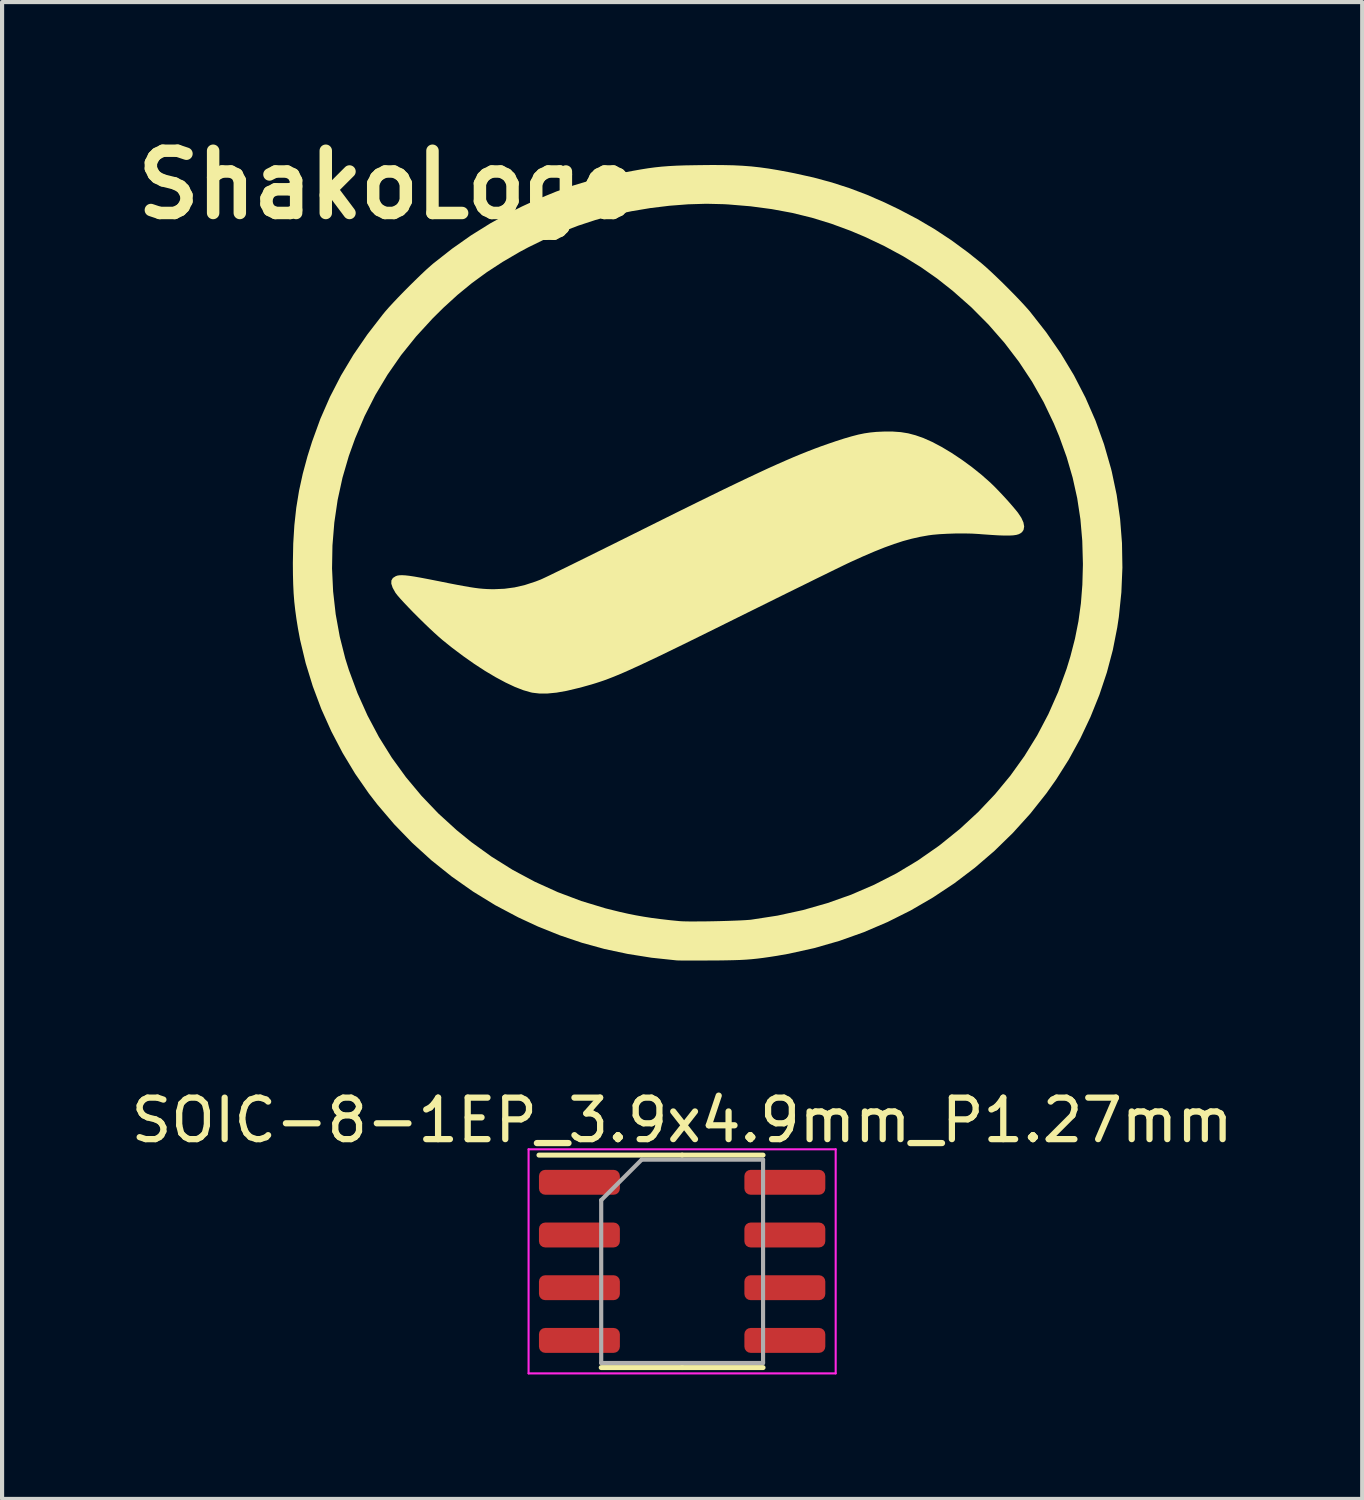
<source format=kicad_pcb>
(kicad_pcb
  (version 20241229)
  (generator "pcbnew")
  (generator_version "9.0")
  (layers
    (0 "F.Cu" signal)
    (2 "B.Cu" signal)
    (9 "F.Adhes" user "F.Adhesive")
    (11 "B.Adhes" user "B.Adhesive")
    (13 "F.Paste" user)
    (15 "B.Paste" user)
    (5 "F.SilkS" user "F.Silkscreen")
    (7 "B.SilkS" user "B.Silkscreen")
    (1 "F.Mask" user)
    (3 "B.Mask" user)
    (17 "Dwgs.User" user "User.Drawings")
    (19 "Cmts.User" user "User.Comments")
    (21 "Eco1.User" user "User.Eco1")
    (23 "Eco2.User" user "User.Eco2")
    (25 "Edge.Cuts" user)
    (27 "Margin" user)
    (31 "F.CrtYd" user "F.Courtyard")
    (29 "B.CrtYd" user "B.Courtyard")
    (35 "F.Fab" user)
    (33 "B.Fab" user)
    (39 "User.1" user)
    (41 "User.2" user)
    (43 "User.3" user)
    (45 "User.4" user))
  (footprint "ShakoLogo"
    (layer "F.Cu")
    (at 14 10.504)
    (property "Reference" "ShakoLogo" (at -7.7 -9.1 0) (layer "F.SilkS") (effects (font (size 1.5 1.5) (thickness 0.3))))
    (attr board_only exclude_from_pos_files exclude_from_bom)
    (fp_poly (pts (xy 4.658 -3.141) (xy 4.836 -3.112) (xy 5.013 -3.065) (xy 5.201 -2.999) (xy 5.203 -2.998) (xy 5.414 -2.904) (xy 5.643 -2.783) (xy 5.883 -2.639) (xy 6.127 -2.476) (xy 6.368 -2.3) (xy 6.6 -2.114) (xy 6.816 -1.923) (xy 6.825 -1.914) (xy 6.92 -1.822) (xy 7.029 -1.709) (xy 7.145 -1.586) (xy 7.259 -1.46) (xy 7.363 -1.34) (xy 7.45 -1.236) (xy 7.48 -1.198) (xy 7.561 -1.076) (xy 7.611 -0.965) (xy 7.629 -0.867) (xy 7.614 -0.785) (xy 7.58 -0.735) (xy 7.544 -0.706) (xy 7.499 -0.682) (xy 7.441 -0.665) (xy 7.366 -0.654) (xy 7.271 -0.649) (xy 7.151 -0.649) (xy 7.004 -0.654) (xy 6.826 -0.665) (xy 6.612 -0.68) (xy 6.541 -0.686) (xy 6.371 -0.696) (xy 6.18 -0.7) (xy 5.978 -0.699) (xy 5.777 -0.692) (xy 5.587 -0.682) (xy 5.42 -0.667) (xy 5.324 -0.654) (xy 5.12 -0.618) (xy 4.917 -0.572) (xy 4.71 -0.516) (xy 4.494 -0.446) (xy 4.263 -0.362) (xy 4.013 -0.262) (xy 3.739 -0.144) (xy 3.436 -0.007) (xy 3.422 0.000157) (xy 3.362 0.028) (xy 3.269 0.073) (xy 3.145 0.133) (xy 2.994 0.207) (xy 2.817 0.294) (xy 2.618 0.391) (xy 2.4 0.499) (xy 2.164 0.615) (xy 1.914 0.738) (xy 1.653 0.867) (xy 1.383 1.001) (xy 1.108 1.137) (xy 1.047 1.167) (xy 0.639 1.369) (xy 0.266 1.554) (xy -0.076 1.723) (xy -0.387 1.876) (xy -0.67 2.015) (xy -0.927 2.14) (xy -1.16 2.253) (xy -1.371 2.353) (xy -1.562 2.443) (xy -1.735 2.523) (xy -1.891 2.594) (xy -2.033 2.657) (xy -2.163 2.712) (xy -2.283 2.761) (xy -2.394 2.804) (xy -2.499 2.843) (xy -2.6 2.877) (xy -2.699 2.909) (xy -2.797 2.939) (xy -2.897 2.967) (xy -3.001 2.996) (xy -3.11 3.025) (xy -3.123 3.028) (xy -3.396 3.093) (xy -3.639 3.136) (xy -3.855 3.157) (xy -4.047 3.158) (xy -4.22 3.138) (xy -4.257 3.13) (xy -4.438 3.078) (xy -4.642 2.999) (xy -4.867 2.893) (xy -5.107 2.764) (xy -5.36 2.614) (xy -5.621 2.444) (xy -5.888 2.256) (xy -6.157 2.054) (xy -6.38 1.875) (xy -6.475 1.793) (xy -6.585 1.694) (xy -6.706 1.581) (xy -6.833 1.459) (xy -6.961 1.333) (xy -7.087 1.207) (xy -7.205 1.085) (xy -7.312 0.972) (xy -7.403 0.873) (xy -7.474 0.791) (xy -7.52 0.731) (xy -7.524 0.725) (xy -7.589 0.608) (xy -7.621 0.511) (xy -7.619 0.433) (xy -7.583 0.373) (xy -7.513 0.329) (xy -7.512 0.329) (xy -7.472 0.315) (xy -7.423 0.308) (xy -7.361 0.306) (xy -7.284 0.31) (xy -7.187 0.321) (xy -7.067 0.339) (xy -6.919 0.365) (xy -6.74 0.399) (xy -6.527 0.441) (xy -6.475 0.451) (xy -6.244 0.498) (xy -6.047 0.536) (xy -5.88 0.567) (xy -5.737 0.592) (xy -5.614 0.611) (xy -5.506 0.625) (xy -5.408 0.634) (xy -5.315 0.64) (xy -5.222 0.643) (xy -5.151 0.644) (xy -4.895 0.633) (xy -4.649 0.6) (xy -4.4 0.542) (xy -4.14 0.457) (xy -4.024 0.412) (xy -3.984 0.394) (xy -3.909 0.359) (xy -3.804 0.309) (xy -3.669 0.243) (xy -3.508 0.165) (xy -3.322 0.074) (xy -3.115 -0.028) (xy -2.888 -0.14) (xy -2.644 -0.261) (xy -2.385 -0.389) (xy -2.113 -0.524) (xy -1.831 -0.664) (xy -1.542 -0.808) (xy -1.512 -0.823) (xy -1.066 -1.045) (xy -0.655 -1.249) (xy -0.274 -1.437) (xy 0.077 -1.609) (xy 0.4 -1.767) (xy 0.698 -1.91) (xy 0.972 -2.041) (xy 1.226 -2.16) (xy 1.46 -2.269) (xy 1.678 -2.367) (xy 1.88 -2.456) (xy 2.07 -2.538) (xy 2.249 -2.612) (xy 2.419 -2.68) (xy 2.582 -2.743) (xy 2.741 -2.802) (xy 2.898 -2.857) (xy 3.054 -2.91) (xy 3.079 -2.919) (xy 3.29 -2.987) (xy 3.472 -3.04) (xy 3.633 -3.082) (xy 3.78 -3.112) (xy 3.923 -3.133) (xy 4.068 -3.147) (xy 4.224 -3.154) (xy 4.247 -3.155) (xy 4.465 -3.155)) (stroke (width 0) (type solid)) (fill yes) (layer "F.SilkS"))
    (fp_poly (pts (xy 0.382 -9.576) (xy 0.621 -9.571) (xy 0.842 -9.56) (xy 1.053 -9.544) (xy 1.26 -9.521) (xy 1.471 -9.492) (xy 1.694 -9.455) (xy 1.936 -9.41) (xy 2.093 -9.379) (xy 2.557 -9.276) (xy 2.996 -9.157) (xy 3.42 -9.02) (xy 3.84 -8.861) (xy 4.265 -8.676) (xy 4.609 -8.511) (xy 5.054 -8.277) (xy 5.474 -8.03) (xy 5.878 -7.763) (xy 6.277 -7.47) (xy 6.602 -7.209) (xy 6.706 -7.119) (xy 6.83 -7.006) (xy 6.968 -6.875) (xy 7.115 -6.733) (xy 7.263 -6.585) (xy 7.407 -6.439) (xy 7.54 -6.3) (xy 7.657 -6.173) (xy 7.751 -6.067) (xy 7.767 -6.048) (xy 8.159 -5.548) (xy 8.512 -5.036) (xy 8.828 -4.511) (xy 9.106 -3.972) (xy 9.348 -3.418) (xy 9.553 -2.849) (xy 9.721 -2.264) (xy 9.74 -2.189) (xy 9.858 -1.629) (xy 9.94 -1.054) (xy 9.986 -0.468) (xy 9.996 0.124) (xy 9.971 0.72) (xy 9.91 1.313) (xy 9.871 1.57) (xy 9.765 2.109) (xy 9.621 2.651) (xy 9.441 3.19) (xy 9.227 3.721) (xy 8.981 4.242) (xy 8.705 4.746) (xy 8.4 5.229) (xy 8.162 5.566) (xy 7.774 6.055) (xy 7.357 6.516) (xy 6.912 6.95) (xy 6.441 7.355) (xy 5.947 7.73) (xy 5.43 8.073) (xy 4.893 8.385) (xy 4.336 8.664) (xy 3.763 8.909) (xy 3.173 9.119) (xy 2.57 9.292) (xy 1.955 9.428) (xy 1.671 9.478) (xy 1.497 9.505) (xy 1.344 9.527) (xy 1.202 9.545) (xy 1.066 9.559) (xy 0.928 9.57) (xy 0.782 9.578) (xy 0.619 9.583) (xy 0.434 9.587) (xy 0.218 9.59) (xy 0.111 9.59) (xy -0.065 9.591) (xy -0.231 9.592) (xy -0.383 9.592) (xy -0.515 9.592) (xy -0.622 9.591) (xy -0.7 9.59) (xy -0.743 9.588) (xy -0.745 9.588) (xy -1.349 9.524) (xy -1.927 9.432) (xy -2.485 9.313) (xy -3.027 9.164) (xy -3.559 8.984) (xy -4.087 8.772) (xy -4.559 8.553) (xy -5.116 8.258) (xy -5.652 7.929) (xy -6.165 7.568) (xy -6.654 7.177) (xy -7.116 6.757) (xy -7.55 6.309) (xy -7.955 5.834) (xy -8.162 5.566) (xy -8.492 5.09) (xy -8.794 4.589) (xy -9.066 4.069) (xy -9.307 3.532) (xy -9.513 2.983) (xy -9.684 2.427) (xy -9.818 1.868) (xy -9.87 1.59) (xy -9.907 1.36) (xy -9.936 1.148) (xy -9.959 0.944) (xy -9.975 0.739) (xy -9.985 0.522) (xy -9.991 0.286) (xy -9.992 0.144) (xy -9.049 0.144) (xy -9.023 0.698) (xy -8.961 1.247) (xy -8.863 1.787) (xy -8.73 2.314) (xy -8.644 2.588) (xy -8.436 3.149) (xy -8.194 3.688) (xy -7.919 4.206) (xy -7.61 4.702) (xy -7.268 5.174) (xy -6.893 5.623) (xy -6.486 6.049) (xy -6.047 6.449) (xy -5.696 6.735) (xy -5.205 7.089) (xy -4.693 7.409) (xy -4.162 7.693) (xy -3.611 7.943) (xy -3.043 8.157) (xy -2.456 8.335) (xy -2.113 8.42) (xy -1.912 8.465) (xy -1.722 8.503) (xy -1.534 8.536) (xy -1.34 8.566) (xy -1.13 8.593) (xy -0.897 8.62) (xy -0.674 8.642) (xy -0.603 8.646) (xy -0.497 8.649) (xy -0.364 8.65) (xy -0.21 8.649) (xy -0.041 8.648) (xy 0.136 8.645) (xy 0.316 8.641) (xy 0.491 8.636) (xy 0.656 8.63) (xy 0.803 8.624) (xy 0.928 8.617) (xy 1.023 8.61) (xy 1.057 8.606) (xy 1.686 8.509) (xy 2.297 8.376) (xy 2.889 8.207) (xy 3.462 8.004) (xy 4.015 7.765) (xy 4.549 7.492) (xy 5.063 7.183) (xy 5.556 6.84) (xy 5.613 6.797) (xy 6.083 6.417) (xy 6.52 6.013) (xy 6.925 5.586) (xy 7.297 5.136) (xy 7.636 4.663) (xy 7.941 4.169) (xy 8.212 3.654) (xy 8.449 3.118) (xy 8.651 2.563) (xy 8.743 2.262) (xy 8.853 1.837) (xy 8.937 1.414) (xy 8.996 0.984) (xy 9.031 0.538) (xy 9.044 0.067) (xy 9.044 0.02) (xy 9.029 -0.522) (xy 8.984 -1.043) (xy 8.907 -1.549) (xy 8.797 -2.045) (xy 8.653 -2.539) (xy 8.474 -3.036) (xy 8.343 -3.351) (xy 8.099 -3.862) (xy 7.819 -4.357) (xy 7.503 -4.835) (xy 7.153 -5.294) (xy 6.769 -5.733) (xy 6.354 -6.151) (xy 5.907 -6.546) (xy 5.528 -6.845) (xy 5.138 -7.118) (xy 4.714 -7.379) (xy 4.263 -7.623) (xy 3.791 -7.847) (xy 3.442 -7.994) (xy 2.98 -8.164) (xy 2.515 -8.307) (xy 2.039 -8.424) (xy 1.548 -8.515) (xy 1.036 -8.583) (xy 0.496 -8.628) (xy 0.387 -8.634) (xy -0.028 -8.644) (xy -0.468 -8.631) (xy -0.921 -8.596) (xy -1.38 -8.54) (xy -1.834 -8.464) (xy -2.276 -8.37) (xy -2.312 -8.361) (xy -2.706 -8.252) (xy -3.115 -8.117) (xy -3.527 -7.959) (xy -3.933 -7.784) (xy -4.321 -7.594) (xy -4.523 -7.486) (xy -4.937 -7.244) (xy -5.319 -6.995) (xy -5.678 -6.733) (xy -6.023 -6.45) (xy -6.362 -6.141) (xy -6.622 -5.884) (xy -7.021 -5.449) (xy -7.384 -4.998) (xy -7.711 -4.527) (xy -8.005 -4.037) (xy -8.265 -3.526) (xy -8.492 -2.991) (xy -8.645 -2.565) (xy -8.797 -2.044) (xy -8.914 -1.508) (xy -8.994 -0.963) (xy -9.039 -0.41) (xy -9.049 0.144) (xy -9.992 0.144) (xy -9.993 0.018) (xy -9.993 0.01) (xy -9.984 -0.457) (xy -9.957 -0.897) (xy -9.911 -1.318) (xy -9.844 -1.729) (xy -9.754 -2.14) (xy -9.641 -2.559) (xy -9.53 -2.912) (xy -9.331 -3.46) (xy -9.099 -3.99) (xy -8.834 -4.504) (xy -8.534 -5.005) (xy -8.197 -5.496) (xy -7.823 -5.98) (xy -7.767 -6.048) (xy -7.685 -6.142) (xy -7.58 -6.256) (xy -7.458 -6.385) (xy -7.323 -6.524) (xy -7.182 -6.666) (xy -7.041 -6.805) (xy -6.906 -6.936) (xy -6.782 -7.053) (xy -6.674 -7.149) (xy -6.612 -7.203) (xy -6.159 -7.559) (xy -5.703 -7.88) (xy -5.232 -8.174) (xy -4.739 -8.445) (xy -4.478 -8.576) (xy -4.056 -8.771) (xy -3.645 -8.939) (xy -3.233 -9.085) (xy -2.811 -9.211) (xy -2.369 -9.321) (xy -2.011 -9.397) (xy -1.795 -9.438) (xy -1.604 -9.472) (xy -1.429 -9.5) (xy -1.264 -9.522) (xy -1.101 -9.539) (xy -0.931 -9.552) (xy -0.748 -9.562) (xy -0.544 -9.569) (xy -0.311 -9.573) (xy -0.18 -9.575) (xy 0.118 -9.578)) (stroke (width 0) (type solid)) (fill yes) (layer "F.SilkS")))
  (footprint "SOIC-8-1EP_3.9x4.9mm_P1.27mm"
    (layer "F.Cu")
    (at 13.387 27.344)
    (property "Reference" "SOIC-8-1EP_3.9x4.9mm_P1.27mm" (at 0 -3.4 0) (layer "F.SilkS") (effects (font (size 1 1) (thickness 0.15))))
    (attr smd)
    (fp_line (start 0 -2.56) (end -3.45 -2.56) (stroke (width 0.12) (type solid)) (layer "F.SilkS"))
    (fp_line (start 0 -2.56) (end 1.95 -2.56) (stroke (width 0.12) (type solid)) (layer "F.SilkS"))
    (fp_line (start 0 2.56) (end -1.95 2.56) (stroke (width 0.12) (type solid)) (layer "F.SilkS"))
    (fp_line (start 0 2.56) (end 1.95 2.56) (stroke (width 0.12) (type solid)) (layer "F.SilkS"))
    (fp_line (start -3.7 -2.7) (end -3.7 2.7) (stroke (width 0.05) (type solid)) (layer "F.CrtYd"))
    (fp_line (start -3.7 2.7) (end 3.7 2.7) (stroke (width 0.05) (type solid)) (layer "F.CrtYd"))
    (fp_line (start 3.7 -2.7) (end -3.7 -2.7) (stroke (width 0.05) (type solid)) (layer "F.CrtYd"))
    (fp_line (start 3.7 2.7) (end 3.7 -2.7) (stroke (width 0.05) (type solid)) (layer "F.CrtYd"))
    (fp_line (start -1.95 -1.475) (end -0.975 -2.45) (stroke (width 0.1) (type solid)) (layer "F.Fab"))
    (fp_line (start -1.95 2.45) (end -1.95 -1.475) (stroke (width 0.1) (type solid)) (layer "F.Fab"))
    (fp_line (start -0.975 -2.45) (end 1.95 -2.45) (stroke (width 0.1) (type solid)) (layer "F.Fab"))
    (fp_line (start 1.95 -2.45) (end 1.95 2.45) (stroke (width 0.1) (type solid)) (layer "F.Fab"))
    (fp_line (start 1.95 2.45) (end -1.95 2.45) (stroke (width 0.1) (type solid)) (layer "F.Fab"))
    (pad "1" smd roundrect (at -2.475 -1.905) (size 1.95 0.6) (layers "F.Cu" "F.Mask" "F.Paste") (roundrect_rratio 0.25))
    (pad "2" smd roundrect (at -2.475 -0.635) (size 1.95 0.6) (layers "F.Cu" "F.Mask" "F.Paste") (roundrect_rratio 0.25))
    (pad "3" smd roundrect (at -2.475 0.635) (size 1.95 0.6) (layers "F.Cu" "F.Mask" "F.Paste") (roundrect_rratio 0.25))
    (pad "4" smd roundrect (at -2.475 1.905) (size 1.95 0.6) (layers "F.Cu" "F.Mask" "F.Paste") (roundrect_rratio 0.25))
    (pad "5" smd roundrect (at 2.475 1.905) (size 1.95 0.6) (layers "F.Cu" "F.Mask" "F.Paste") (roundrect_rratio 0.25))
    (pad "6" smd roundrect (at 2.475 0.635) (size 1.95 0.6) (layers "F.Cu" "F.Mask" "F.Paste") (roundrect_rratio 0.25))
    (pad "7" smd roundrect (at 2.475 -0.635) (size 1.95 0.6) (layers "F.Cu" "F.Mask" "F.Paste") (roundrect_rratio 0.25))
    (pad "8" smd roundrect (at 2.475 -1.905) (size 1.95 0.6) (layers "F.Cu" "F.Mask" "F.Paste") (roundrect_rratio 0.25)))
  (gr_rect
    (start -3 -3)
    (end 29.774 33.069)
    (stroke (width 0.1) (type default))
    (fill no)
    (layer "Edge.Cuts")))
</source>
